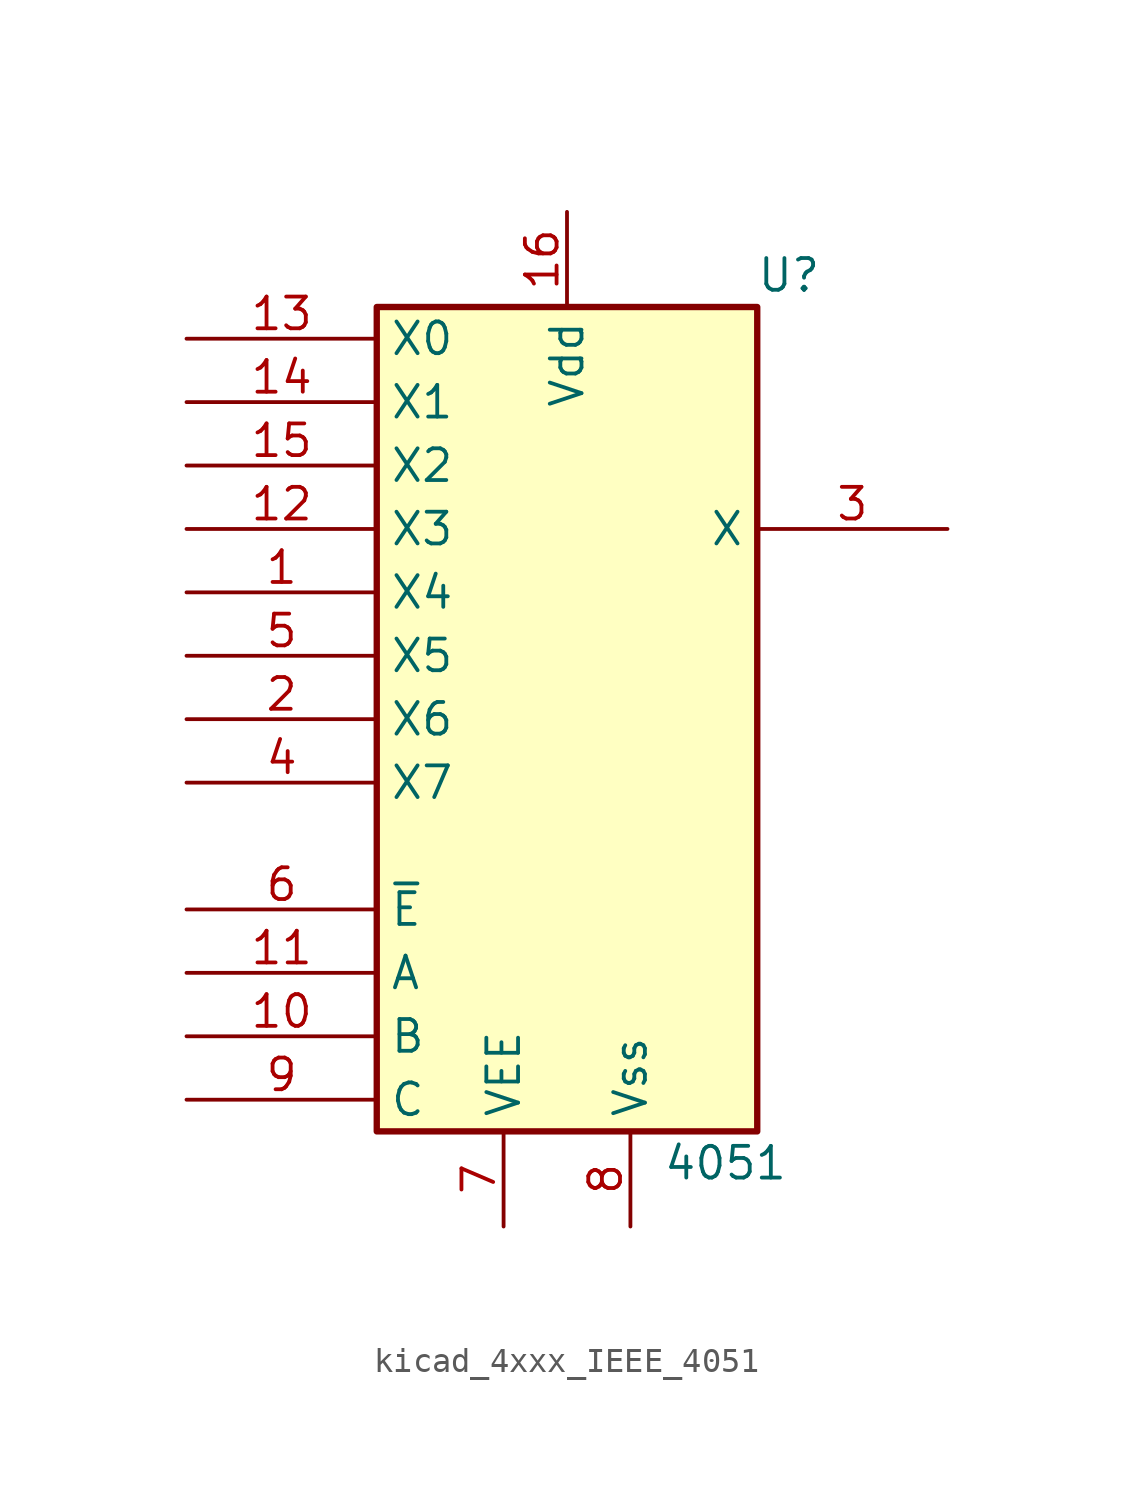
<source format=kicad_sym>
(kicad_symbol_lib
  (version 20220914)
  (generator kicad_symbol_editor)
  (symbol "kicad_4xxx_IEEE_4051"
    (property "Reference" "U"
      (at 8.89 17.78 0)
      (effects (font (size 1.27 1.27))))
    (property "Value" "4051"
      (at 6.35 -17.78 0)
      (effects (font (size 1.27 1.27))))
    (symbol "kicad_4xxx_IEEE_4051_0_0"
      (pin power_in line (at 0 20.32 270) (length 3.81) (name "Vdd" (effects (font (size 1.27 1.27)))) (number "16" (effects (font (size 1.27 1.27)))))
      (pin power_in line (at 2.54 -20.32 90) (length 3.81) (name "Vss" (effects (font (size 1.27 1.27)))) (number "8" (effects (font (size 1.27 1.27))))))
    (symbol "kicad_4xxx_IEEE_4051_0_1"
      (rectangle (start -7.62 16.51) (end 7.62 -16.51) (stroke (width 0.254) (type default)) (fill (type background))))
    (symbol "kicad_4xxx_IEEE_4051_1_1"
      (pin passive line (at -15.24 5.08 0) (length 7.62) (name "X4" (effects (font (size 1.27 1.27)))) (number "1" (effects (font (size 1.27 1.27)))))
      (pin input line (at -15.24 -12.7 0) (length 7.62) (name "B" (effects (font (size 1.27 1.27)))) (number "10" (effects (font (size 1.27 1.27)))))
      (pin input line (at -15.24 -10.16 0) (length 7.62) (name "A" (effects (font (size 1.27 1.27)))) (number "11" (effects (font (size 1.27 1.27)))))
      (pin passive line (at -15.24 7.62 0) (length 7.62) (name "X3" (effects (font (size 1.27 1.27)))) (number "12" (effects (font (size 1.27 1.27)))))
      (pin passive line (at -15.24 15.24 0) (length 7.62) (name "X0" (effects (font (size 1.27 1.27)))) (number "13" (effects (font (size 1.27 1.27)))))
      (pin passive line (at -15.24 12.7 0) (length 7.62) (name "X1" (effects (font (size 1.27 1.27)))) (number "14" (effects (font (size 1.27 1.27)))))
      (pin passive line (at -15.24 10.16 0) (length 7.62) (name "X2" (effects (font (size 1.27 1.27)))) (number "15" (effects (font (size 1.27 1.27)))))
      (pin passive line (at -15.24 0 0) (length 7.62) (name "X6" (effects (font (size 1.27 1.27)))) (number "2" (effects (font (size 1.27 1.27)))))
      (pin passive line (at 15.24 7.62 180) (length 7.62) (name "X" (effects (font (size 1.27 1.27)))) (number "3" (effects (font (size 1.27 1.27)))))
      (pin passive line (at -15.24 -2.54 0) (length 7.62) (name "X7" (effects (font (size 1.27 1.27)))) (number "4" (effects (font (size 1.27 1.27)))))
      (pin passive line (at -15.24 2.54 0) (length 7.62) (name "X5" (effects (font (size 1.27 1.27)))) (number "5" (effects (font (size 1.27 1.27)))))
      (pin input line (at -15.24 -7.62 0) (length 7.62) (name "~{E}" (effects (font (size 1.27 1.27)))) (number "6" (effects (font (size 1.27 1.27)))))
      (pin power_in line (at -2.54 -20.32 90) (length 3.81) (name "VEE" (effects (font (size 1.27 1.27)))) (number "7" (effects (font (size 1.27 1.27)))))
      (pin input line (at -15.24 -15.24 0) (length 7.62) (name "C" (effects (font (size 1.27 1.27)))) (number "9" (effects (font (size 1.27 1.27))))))))
</source>
